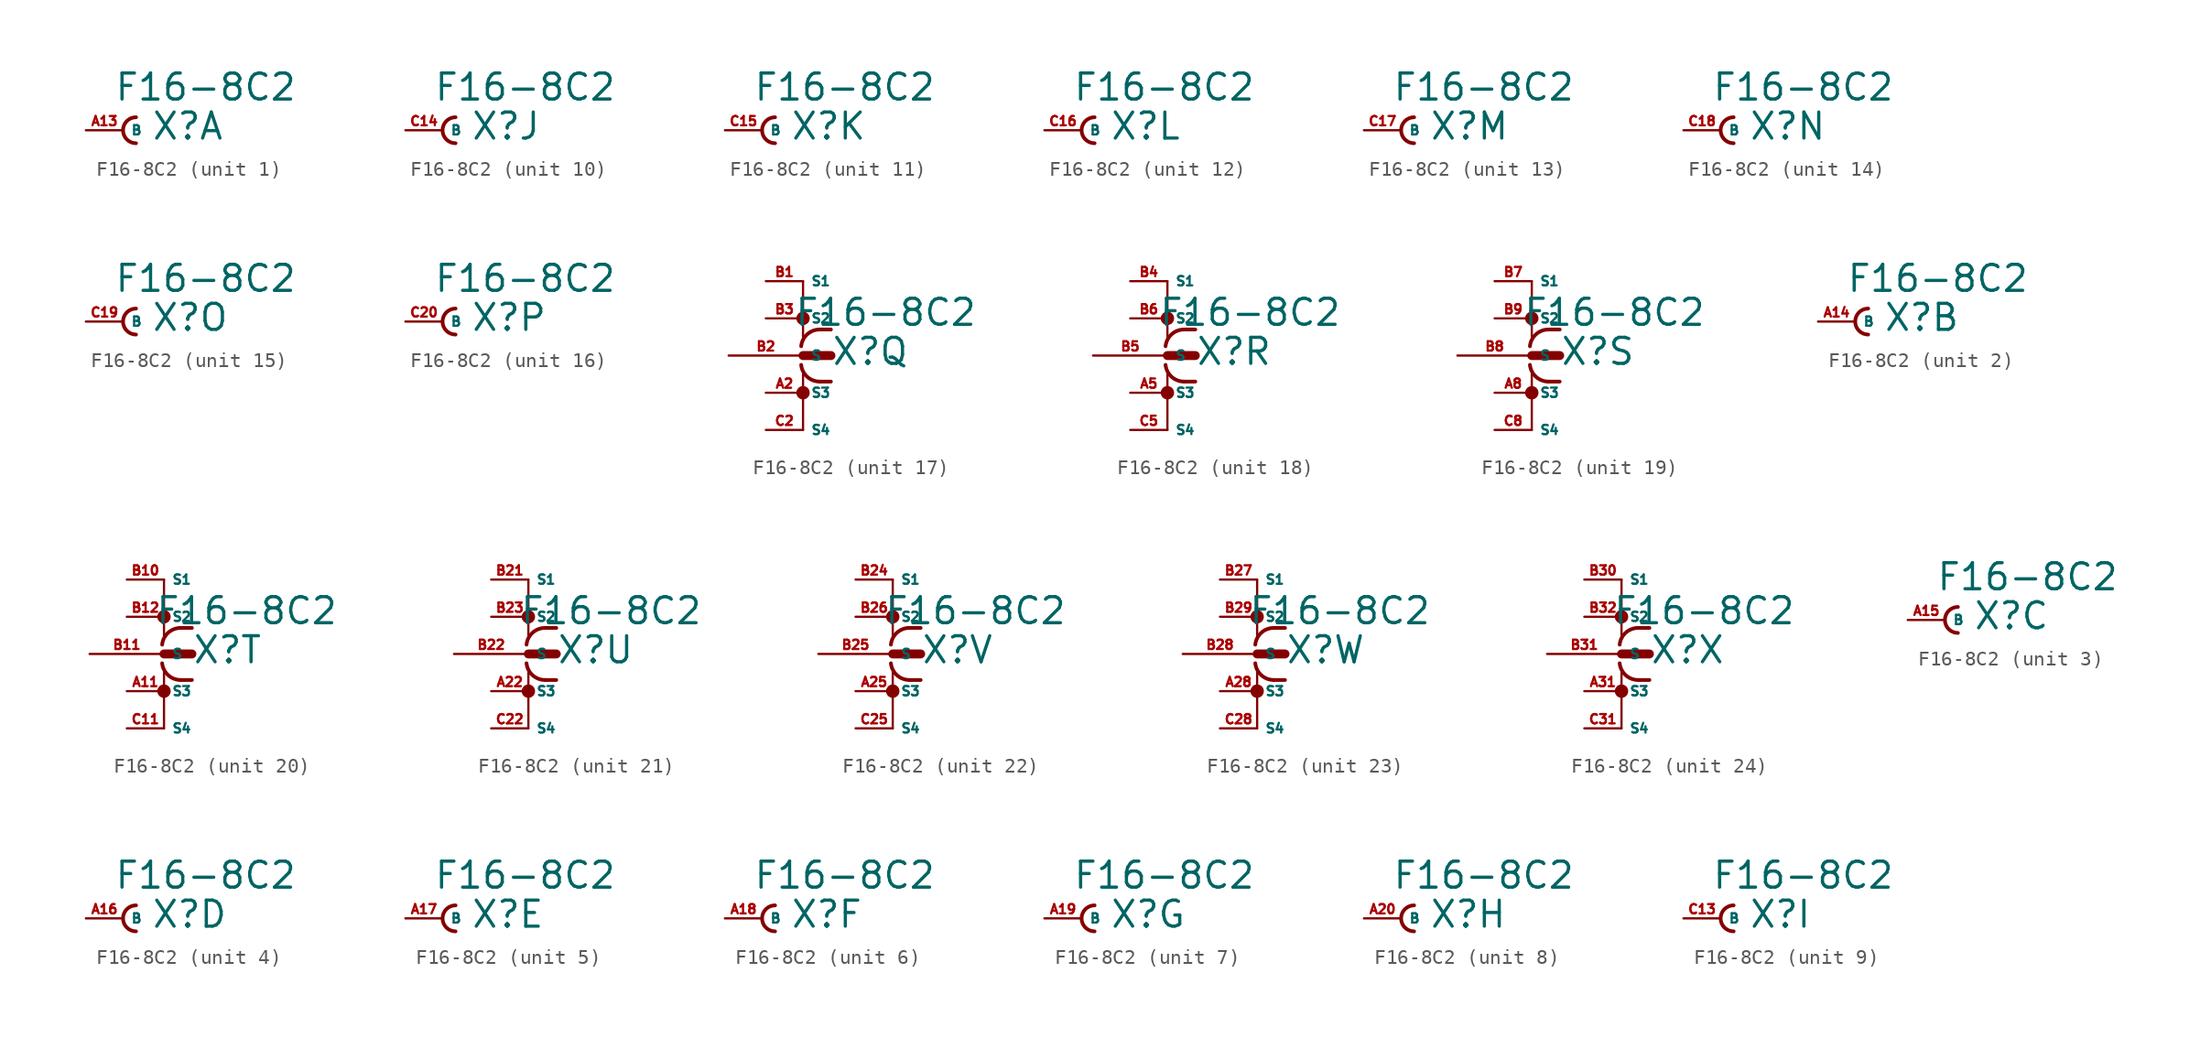
<source format=kicad_sym>
(kicad_symbol_lib
  (version 20220914)
  (generator Eagle2Kicad)
  (symbol "F16-8C2"
    (property "Reference" "X"
      (at 1.905 -0.762 0)
      (effects (font (size 1.778 1.778) (thickness 0.22)) (justify left bottom)))
    (property "Value" "F16-8C2"
      (at -0.635 1.905 0)
      (effects (font (size 1.778 1.778) (thickness 0.22)) (justify left bottom)))
    (symbol "F16-8C2_1_0"
      (arc (start 0.889 0.889) (mid 0.000 0.000) (end 0.889 -0.889) (stroke (width 0.254) (type default)) (fill (type none)))
      (pin passive line (at -2.54 0 0) (length 2.54) (name "B" (effects (font (size 0.635 0.635) (thickness 0.08)) (justify left bottom))) (number "A13" (effects (font (size 0.635 0.635) (thickness 0.08)) (justify left bottom)))))
    (symbol "F16-8C2_2_0"
      (arc (start 0.889 0.889) (mid 0.000 0.000) (end 0.889 -0.889) (stroke (width 0.254) (type default)) (fill (type none)))
      (pin passive line (at -2.54 0 0) (length 2.54) (name "B" (effects (font (size 0.635 0.635) (thickness 0.08)) (justify left bottom))) (number "A14" (effects (font (size 0.635 0.635) (thickness 0.08)) (justify left bottom)))))
    (symbol "F16-8C2_3_0"
      (arc (start 0.889 0.889) (mid 0.000 0.000) (end 0.889 -0.889) (stroke (width 0.254) (type default)) (fill (type none)))
      (pin passive line (at -2.54 0 0) (length 2.54) (name "B" (effects (font (size 0.635 0.635) (thickness 0.08)) (justify left bottom))) (number "A15" (effects (font (size 0.635 0.635) (thickness 0.08)) (justify left bottom)))))
    (symbol "F16-8C2_4_0"
      (arc (start 0.889 0.889) (mid 0.000 0.000) (end 0.889 -0.889) (stroke (width 0.254) (type default)) (fill (type none)))
      (pin passive line (at -2.54 0 0) (length 2.54) (name "B" (effects (font (size 0.635 0.635) (thickness 0.08)) (justify left bottom))) (number "A16" (effects (font (size 0.635 0.635) (thickness 0.08)) (justify left bottom)))))
    (symbol "F16-8C2_5_0"
      (arc (start 0.889 0.889) (mid 0.000 0.000) (end 0.889 -0.889) (stroke (width 0.254) (type default)) (fill (type none)))
      (pin passive line (at -2.54 0 0) (length 2.54) (name "B" (effects (font (size 0.635 0.635) (thickness 0.08)) (justify left bottom))) (number "A17" (effects (font (size 0.635 0.635) (thickness 0.08)) (justify left bottom)))))
    (symbol "F16-8C2_6_0"
      (arc (start 0.889 0.889) (mid 0.000 0.000) (end 0.889 -0.889) (stroke (width 0.254) (type default)) (fill (type none)))
      (pin passive line (at -2.54 0 0) (length 2.54) (name "B" (effects (font (size 0.635 0.635) (thickness 0.08)) (justify left bottom))) (number "A18" (effects (font (size 0.635 0.635) (thickness 0.08)) (justify left bottom)))))
    (symbol "F16-8C2_7_0"
      (arc (start 0.889 0.889) (mid 0.000 0.000) (end 0.889 -0.889) (stroke (width 0.254) (type default)) (fill (type none)))
      (pin passive line (at -2.54 0 0) (length 2.54) (name "B" (effects (font (size 0.635 0.635) (thickness 0.08)) (justify left bottom))) (number "A19" (effects (font (size 0.635 0.635) (thickness 0.08)) (justify left bottom)))))
    (symbol "F16-8C2_8_0"
      (arc (start 0.889 0.889) (mid 0.000 0.000) (end 0.889 -0.889) (stroke (width 0.254) (type default)) (fill (type none)))
      (pin passive line (at -2.54 0 0) (length 2.54) (name "B" (effects (font (size 0.635 0.635) (thickness 0.08)) (justify left bottom))) (number "A20" (effects (font (size 0.635 0.635) (thickness 0.08)) (justify left bottom)))))
    (symbol "F16-8C2_9_0"
      (arc (start 0.889 0.889) (mid 0.000 0.000) (end 0.889 -0.889) (stroke (width 0.254) (type default)) (fill (type none)))
      (pin passive line (at -2.54 0 0) (length 2.54) (name "B" (effects (font (size 0.635 0.635) (thickness 0.08)) (justify left bottom))) (number "C13" (effects (font (size 0.635 0.635) (thickness 0.08)) (justify left bottom)))))
    (symbol "F16-8C2_10_0"
      (arc (start 0.889 0.889) (mid 0.000 0.000) (end 0.889 -0.889) (stroke (width 0.254) (type default)) (fill (type none)))
      (pin passive line (at -2.54 0 0) (length 2.54) (name "B" (effects (font (size 0.635 0.635) (thickness 0.08)) (justify left bottom))) (number "C14" (effects (font (size 0.635 0.635) (thickness 0.08)) (justify left bottom)))))
    (symbol "F16-8C2_11_0"
      (arc (start 0.889 0.889) (mid 0.000 0.000) (end 0.889 -0.889) (stroke (width 0.254) (type default)) (fill (type none)))
      (pin passive line (at -2.54 0 0) (length 2.54) (name "B" (effects (font (size 0.635 0.635) (thickness 0.08)) (justify left bottom))) (number "C15" (effects (font (size 0.635 0.635) (thickness 0.08)) (justify left bottom)))))
    (symbol "F16-8C2_12_0"
      (arc (start 0.889 0.889) (mid 0.000 0.000) (end 0.889 -0.889) (stroke (width 0.254) (type default)) (fill (type none)))
      (pin passive line (at -2.54 0 0) (length 2.54) (name "B" (effects (font (size 0.635 0.635) (thickness 0.08)) (justify left bottom))) (number "C16" (effects (font (size 0.635 0.635) (thickness 0.08)) (justify left bottom)))))
    (symbol "F16-8C2_13_0"
      (arc (start 0.889 0.889) (mid 0.000 0.000) (end 0.889 -0.889) (stroke (width 0.254) (type default)) (fill (type none)))
      (pin passive line (at -2.54 0 0) (length 2.54) (name "B" (effects (font (size 0.635 0.635) (thickness 0.08)) (justify left bottom))) (number "C17" (effects (font (size 0.635 0.635) (thickness 0.08)) (justify left bottom)))))
    (symbol "F16-8C2_14_0"
      (arc (start 0.889 0.889) (mid 0.000 0.000) (end 0.889 -0.889) (stroke (width 0.254) (type default)) (fill (type none)))
      (pin passive line (at -2.54 0 0) (length 2.54) (name "B" (effects (font (size 0.635 0.635) (thickness 0.08)) (justify left bottom))) (number "C18" (effects (font (size 0.635 0.635) (thickness 0.08)) (justify left bottom)))))
    (symbol "F16-8C2_15_0"
      (arc (start 0.889 0.889) (mid 0.000 0.000) (end 0.889 -0.889) (stroke (width 0.254) (type default)) (fill (type none)))
      (pin passive line (at -2.54 0 0) (length 2.54) (name "B" (effects (font (size 0.635 0.635) (thickness 0.08)) (justify left bottom))) (number "C19" (effects (font (size 0.635 0.635) (thickness 0.08)) (justify left bottom)))))
    (symbol "F16-8C2_16_0"
      (arc (start 0.889 0.889) (mid 0.000 0.000) (end 0.889 -0.889) (stroke (width 0.254) (type default)) (fill (type none)))
      (pin passive line (at -2.54 0 0) (length 2.54) (name "B" (effects (font (size 0.635 0.635) (thickness 0.08)) (justify left bottom))) (number "C20" (effects (font (size 0.635 0.635) (thickness 0.08)) (justify left bottom)))))
    (symbol "F16-8C2_17_0"
      (polyline (pts (xy 0 0) (xy 1.905 0)) (stroke (width 0.61) (type default)) (fill (type none)))
      (polyline (pts (xy 0 5.08) (xy 0 1.27)) (stroke (width 0.152) (type default)) (fill (type none)))
      (polyline (pts (xy 0 -5.08) (xy 0 -1.27)) (stroke (width 0.152) (type default)) (fill (type none)))
      (polyline (pts (xy 1.905 1.778) (xy 1.143 1.778)) (stroke (width 0.254) (type default)) (fill (type none)))
      (polyline (pts (xy 1.905 -1.778) (xy 1.143 -1.778)) (stroke (width 0.254) (type default)) (fill (type none)))
      (arc (start 1.143 1.778) (mid 0.287 1.452) (end -0.127 0.635) (stroke (width 0.254) (type default)) (fill (type none)))
      (arc (start -0.127 -0.635) (mid 0.287 -1.452) (end 1.143 -1.778) (stroke (width 0.254) (type default)) (fill (type none)))
      (circle (center 0 2.54) (radius 0.254) (stroke (width 0.406) (type default)) (fill (type none)))
      (circle (center 0 -2.54) (radius 0.254) (stroke (width 0.406) (type default)) (fill (type none)))
      (pin passive line (at -5.08 0 0) (length 5.08) (name "S" (effects (font (size 0.635 0.635) (thickness 0.08)) (justify left bottom))) (number "B2" (effects (font (size 0.635 0.635) (thickness 0.08)) (justify left bottom))))
      (pin passive line (at -2.54 5.08 0) (length 2.54) (name "S1" (effects (font (size 0.635 0.635) (thickness 0.08)) (justify left bottom))) (number "B1" (effects (font (size 0.635 0.635) (thickness 0.08)) (justify left bottom))))
      (pin passive line (at -2.54 2.54 0) (length 2.54) (name "S2" (effects (font (size 0.635 0.635) (thickness 0.08)) (justify left bottom))) (number "B3" (effects (font (size 0.635 0.635) (thickness 0.08)) (justify left bottom))))
      (pin passive line (at -2.54 -2.54 0) (length 2.54) (name "S3" (effects (font (size 0.635 0.635) (thickness 0.08)) (justify left bottom))) (number "A2" (effects (font (size 0.635 0.635) (thickness 0.08)) (justify left bottom))))
      (pin passive line (at -2.54 -5.08 0) (length 2.54) (name "S4" (effects (font (size 0.635 0.635) (thickness 0.08)) (justify left bottom))) (number "C2" (effects (font (size 0.635 0.635) (thickness 0.08)) (justify left bottom)))))
    (symbol "F16-8C2_18_0"
      (polyline (pts (xy 0 0) (xy 1.905 0)) (stroke (width 0.61) (type default)) (fill (type none)))
      (polyline (pts (xy 0 5.08) (xy 0 1.27)) (stroke (width 0.152) (type default)) (fill (type none)))
      (polyline (pts (xy 0 -5.08) (xy 0 -1.27)) (stroke (width 0.152) (type default)) (fill (type none)))
      (polyline (pts (xy 1.905 1.778) (xy 1.143 1.778)) (stroke (width 0.254) (type default)) (fill (type none)))
      (polyline (pts (xy 1.905 -1.778) (xy 1.143 -1.778)) (stroke (width 0.254) (type default)) (fill (type none)))
      (arc (start 1.143 1.778) (mid 0.287 1.452) (end -0.127 0.635) (stroke (width 0.254) (type default)) (fill (type none)))
      (arc (start -0.127 -0.635) (mid 0.287 -1.452) (end 1.143 -1.778) (stroke (width 0.254) (type default)) (fill (type none)))
      (circle (center 0 2.54) (radius 0.254) (stroke (width 0.406) (type default)) (fill (type none)))
      (circle (center 0 -2.54) (radius 0.254) (stroke (width 0.406) (type default)) (fill (type none)))
      (pin passive line (at -5.08 0 0) (length 5.08) (name "S" (effects (font (size 0.635 0.635) (thickness 0.08)) (justify left bottom))) (number "B5" (effects (font (size 0.635 0.635) (thickness 0.08)) (justify left bottom))))
      (pin passive line (at -2.54 5.08 0) (length 2.54) (name "S1" (effects (font (size 0.635 0.635) (thickness 0.08)) (justify left bottom))) (number "B4" (effects (font (size 0.635 0.635) (thickness 0.08)) (justify left bottom))))
      (pin passive line (at -2.54 2.54 0) (length 2.54) (name "S2" (effects (font (size 0.635 0.635) (thickness 0.08)) (justify left bottom))) (number "B6" (effects (font (size 0.635 0.635) (thickness 0.08)) (justify left bottom))))
      (pin passive line (at -2.54 -2.54 0) (length 2.54) (name "S3" (effects (font (size 0.635 0.635) (thickness 0.08)) (justify left bottom))) (number "A5" (effects (font (size 0.635 0.635) (thickness 0.08)) (justify left bottom))))
      (pin passive line (at -2.54 -5.08 0) (length 2.54) (name "S4" (effects (font (size 0.635 0.635) (thickness 0.08)) (justify left bottom))) (number "C5" (effects (font (size 0.635 0.635) (thickness 0.08)) (justify left bottom)))))
    (symbol "F16-8C2_19_0"
      (polyline (pts (xy 0 0) (xy 1.905 0)) (stroke (width 0.61) (type default)) (fill (type none)))
      (polyline (pts (xy 0 5.08) (xy 0 1.27)) (stroke (width 0.152) (type default)) (fill (type none)))
      (polyline (pts (xy 0 -5.08) (xy 0 -1.27)) (stroke (width 0.152) (type default)) (fill (type none)))
      (polyline (pts (xy 1.905 1.778) (xy 1.143 1.778)) (stroke (width 0.254) (type default)) (fill (type none)))
      (polyline (pts (xy 1.905 -1.778) (xy 1.143 -1.778)) (stroke (width 0.254) (type default)) (fill (type none)))
      (arc (start 1.143 1.778) (mid 0.287 1.452) (end -0.127 0.635) (stroke (width 0.254) (type default)) (fill (type none)))
      (arc (start -0.127 -0.635) (mid 0.287 -1.452) (end 1.143 -1.778) (stroke (width 0.254) (type default)) (fill (type none)))
      (circle (center 0 2.54) (radius 0.254) (stroke (width 0.406) (type default)) (fill (type none)))
      (circle (center 0 -2.54) (radius 0.254) (stroke (width 0.406) (type default)) (fill (type none)))
      (pin passive line (at -5.08 0 0) (length 5.08) (name "S" (effects (font (size 0.635 0.635) (thickness 0.08)) (justify left bottom))) (number "B8" (effects (font (size 0.635 0.635) (thickness 0.08)) (justify left bottom))))
      (pin passive line (at -2.54 5.08 0) (length 2.54) (name "S1" (effects (font (size 0.635 0.635) (thickness 0.08)) (justify left bottom))) (number "B7" (effects (font (size 0.635 0.635) (thickness 0.08)) (justify left bottom))))
      (pin passive line (at -2.54 2.54 0) (length 2.54) (name "S2" (effects (font (size 0.635 0.635) (thickness 0.08)) (justify left bottom))) (number "B9" (effects (font (size 0.635 0.635) (thickness 0.08)) (justify left bottom))))
      (pin passive line (at -2.54 -2.54 0) (length 2.54) (name "S3" (effects (font (size 0.635 0.635) (thickness 0.08)) (justify left bottom))) (number "A8" (effects (font (size 0.635 0.635) (thickness 0.08)) (justify left bottom))))
      (pin passive line (at -2.54 -5.08 0) (length 2.54) (name "S4" (effects (font (size 0.635 0.635) (thickness 0.08)) (justify left bottom))) (number "C8" (effects (font (size 0.635 0.635) (thickness 0.08)) (justify left bottom)))))
    (symbol "F16-8C2_20_0"
      (polyline (pts (xy 0 0) (xy 1.905 0)) (stroke (width 0.61) (type default)) (fill (type none)))
      (polyline (pts (xy 0 5.08) (xy 0 1.27)) (stroke (width 0.152) (type default)) (fill (type none)))
      (polyline (pts (xy 0 -5.08) (xy 0 -1.27)) (stroke (width 0.152) (type default)) (fill (type none)))
      (polyline (pts (xy 1.905 1.778) (xy 1.143 1.778)) (stroke (width 0.254) (type default)) (fill (type none)))
      (polyline (pts (xy 1.905 -1.778) (xy 1.143 -1.778)) (stroke (width 0.254) (type default)) (fill (type none)))
      (arc (start 1.143 1.778) (mid 0.287 1.452) (end -0.127 0.635) (stroke (width 0.254) (type default)) (fill (type none)))
      (arc (start -0.127 -0.635) (mid 0.287 -1.452) (end 1.143 -1.778) (stroke (width 0.254) (type default)) (fill (type none)))
      (circle (center 0 2.54) (radius 0.254) (stroke (width 0.406) (type default)) (fill (type none)))
      (circle (center 0 -2.54) (radius 0.254) (stroke (width 0.406) (type default)) (fill (type none)))
      (pin passive line (at -5.08 0 0) (length 5.08) (name "S" (effects (font (size 0.635 0.635) (thickness 0.08)) (justify left bottom))) (number "B11" (effects (font (size 0.635 0.635) (thickness 0.08)) (justify left bottom))))
      (pin passive line (at -2.54 5.08 0) (length 2.54) (name "S1" (effects (font (size 0.635 0.635) (thickness 0.08)) (justify left bottom))) (number "B10" (effects (font (size 0.635 0.635) (thickness 0.08)) (justify left bottom))))
      (pin passive line (at -2.54 2.54 0) (length 2.54) (name "S2" (effects (font (size 0.635 0.635) (thickness 0.08)) (justify left bottom))) (number "B12" (effects (font (size 0.635 0.635) (thickness 0.08)) (justify left bottom))))
      (pin passive line (at -2.54 -2.54 0) (length 2.54) (name "S3" (effects (font (size 0.635 0.635) (thickness 0.08)) (justify left bottom))) (number "A11" (effects (font (size 0.635 0.635) (thickness 0.08)) (justify left bottom))))
      (pin passive line (at -2.54 -5.08 0) (length 2.54) (name "S4" (effects (font (size 0.635 0.635) (thickness 0.08)) (justify left bottom))) (number "C11" (effects (font (size 0.635 0.635) (thickness 0.08)) (justify left bottom)))))
    (symbol "F16-8C2_21_0"
      (polyline (pts (xy 0 0) (xy 1.905 0)) (stroke (width 0.61) (type default)) (fill (type none)))
      (polyline (pts (xy 0 5.08) (xy 0 1.27)) (stroke (width 0.152) (type default)) (fill (type none)))
      (polyline (pts (xy 0 -5.08) (xy 0 -1.27)) (stroke (width 0.152) (type default)) (fill (type none)))
      (polyline (pts (xy 1.905 1.778) (xy 1.143 1.778)) (stroke (width 0.254) (type default)) (fill (type none)))
      (polyline (pts (xy 1.905 -1.778) (xy 1.143 -1.778)) (stroke (width 0.254) (type default)) (fill (type none)))
      (arc (start 1.143 1.778) (mid 0.287 1.452) (end -0.127 0.635) (stroke (width 0.254) (type default)) (fill (type none)))
      (arc (start -0.127 -0.635) (mid 0.287 -1.452) (end 1.143 -1.778) (stroke (width 0.254) (type default)) (fill (type none)))
      (circle (center 0 2.54) (radius 0.254) (stroke (width 0.406) (type default)) (fill (type none)))
      (circle (center 0 -2.54) (radius 0.254) (stroke (width 0.406) (type default)) (fill (type none)))
      (pin passive line (at -5.08 0 0) (length 5.08) (name "S" (effects (font (size 0.635 0.635) (thickness 0.08)) (justify left bottom))) (number "B22" (effects (font (size 0.635 0.635) (thickness 0.08)) (justify left bottom))))
      (pin passive line (at -2.54 5.08 0) (length 2.54) (name "S1" (effects (font (size 0.635 0.635) (thickness 0.08)) (justify left bottom))) (number "B21" (effects (font (size 0.635 0.635) (thickness 0.08)) (justify left bottom))))
      (pin passive line (at -2.54 2.54 0) (length 2.54) (name "S2" (effects (font (size 0.635 0.635) (thickness 0.08)) (justify left bottom))) (number "B23" (effects (font (size 0.635 0.635) (thickness 0.08)) (justify left bottom))))
      (pin passive line (at -2.54 -2.54 0) (length 2.54) (name "S3" (effects (font (size 0.635 0.635) (thickness 0.08)) (justify left bottom))) (number "A22" (effects (font (size 0.635 0.635) (thickness 0.08)) (justify left bottom))))
      (pin passive line (at -2.54 -5.08 0) (length 2.54) (name "S4" (effects (font (size 0.635 0.635) (thickness 0.08)) (justify left bottom))) (number "C22" (effects (font (size 0.635 0.635) (thickness 0.08)) (justify left bottom)))))
    (symbol "F16-8C2_22_0"
      (polyline (pts (xy 0 0) (xy 1.905 0)) (stroke (width 0.61) (type default)) (fill (type none)))
      (polyline (pts (xy 0 5.08) (xy 0 1.27)) (stroke (width 0.152) (type default)) (fill (type none)))
      (polyline (pts (xy 0 -5.08) (xy 0 -1.27)) (stroke (width 0.152) (type default)) (fill (type none)))
      (polyline (pts (xy 1.905 1.778) (xy 1.143 1.778)) (stroke (width 0.254) (type default)) (fill (type none)))
      (polyline (pts (xy 1.905 -1.778) (xy 1.143 -1.778)) (stroke (width 0.254) (type default)) (fill (type none)))
      (arc (start 1.143 1.778) (mid 0.287 1.452) (end -0.127 0.635) (stroke (width 0.254) (type default)) (fill (type none)))
      (arc (start -0.127 -0.635) (mid 0.287 -1.452) (end 1.143 -1.778) (stroke (width 0.254) (type default)) (fill (type none)))
      (circle (center 0 2.54) (radius 0.254) (stroke (width 0.406) (type default)) (fill (type none)))
      (circle (center 0 -2.54) (radius 0.254) (stroke (width 0.406) (type default)) (fill (type none)))
      (pin passive line (at -5.08 0 0) (length 5.08) (name "S" (effects (font (size 0.635 0.635) (thickness 0.08)) (justify left bottom))) (number "B25" (effects (font (size 0.635 0.635) (thickness 0.08)) (justify left bottom))))
      (pin passive line (at -2.54 5.08 0) (length 2.54) (name "S1" (effects (font (size 0.635 0.635) (thickness 0.08)) (justify left bottom))) (number "B24" (effects (font (size 0.635 0.635) (thickness 0.08)) (justify left bottom))))
      (pin passive line (at -2.54 2.54 0) (length 2.54) (name "S2" (effects (font (size 0.635 0.635) (thickness 0.08)) (justify left bottom))) (number "B26" (effects (font (size 0.635 0.635) (thickness 0.08)) (justify left bottom))))
      (pin passive line (at -2.54 -2.54 0) (length 2.54) (name "S3" (effects (font (size 0.635 0.635) (thickness 0.08)) (justify left bottom))) (number "A25" (effects (font (size 0.635 0.635) (thickness 0.08)) (justify left bottom))))
      (pin passive line (at -2.54 -5.08 0) (length 2.54) (name "S4" (effects (font (size 0.635 0.635) (thickness 0.08)) (justify left bottom))) (number "C25" (effects (font (size 0.635 0.635) (thickness 0.08)) (justify left bottom)))))
    (symbol "F16-8C2_23_0"
      (polyline (pts (xy 0 0) (xy 1.905 0)) (stroke (width 0.61) (type default)) (fill (type none)))
      (polyline (pts (xy 0 5.08) (xy 0 1.27)) (stroke (width 0.152) (type default)) (fill (type none)))
      (polyline (pts (xy 0 -5.08) (xy 0 -1.27)) (stroke (width 0.152) (type default)) (fill (type none)))
      (polyline (pts (xy 1.905 1.778) (xy 1.143 1.778)) (stroke (width 0.254) (type default)) (fill (type none)))
      (polyline (pts (xy 1.905 -1.778) (xy 1.143 -1.778)) (stroke (width 0.254) (type default)) (fill (type none)))
      (arc (start 1.143 1.778) (mid 0.287 1.452) (end -0.127 0.635) (stroke (width 0.254) (type default)) (fill (type none)))
      (arc (start -0.127 -0.635) (mid 0.287 -1.452) (end 1.143 -1.778) (stroke (width 0.254) (type default)) (fill (type none)))
      (circle (center 0 2.54) (radius 0.254) (stroke (width 0.406) (type default)) (fill (type none)))
      (circle (center 0 -2.54) (radius 0.254) (stroke (width 0.406) (type default)) (fill (type none)))
      (pin passive line (at -5.08 0 0) (length 5.08) (name "S" (effects (font (size 0.635 0.635) (thickness 0.08)) (justify left bottom))) (number "B28" (effects (font (size 0.635 0.635) (thickness 0.08)) (justify left bottom))))
      (pin passive line (at -2.54 5.08 0) (length 2.54) (name "S1" (effects (font (size 0.635 0.635) (thickness 0.08)) (justify left bottom))) (number "B27" (effects (font (size 0.635 0.635) (thickness 0.08)) (justify left bottom))))
      (pin passive line (at -2.54 2.54 0) (length 2.54) (name "S2" (effects (font (size 0.635 0.635) (thickness 0.08)) (justify left bottom))) (number "B29" (effects (font (size 0.635 0.635) (thickness 0.08)) (justify left bottom))))
      (pin passive line (at -2.54 -2.54 0) (length 2.54) (name "S3" (effects (font (size 0.635 0.635) (thickness 0.08)) (justify left bottom))) (number "A28" (effects (font (size 0.635 0.635) (thickness 0.08)) (justify left bottom))))
      (pin passive line (at -2.54 -5.08 0) (length 2.54) (name "S4" (effects (font (size 0.635 0.635) (thickness 0.08)) (justify left bottom))) (number "C28" (effects (font (size 0.635 0.635) (thickness 0.08)) (justify left bottom)))))
    (symbol "F16-8C2_24_0"
      (polyline (pts (xy 0 0) (xy 1.905 0)) (stroke (width 0.61) (type default)) (fill (type none)))
      (polyline (pts (xy 0 5.08) (xy 0 1.27)) (stroke (width 0.152) (type default)) (fill (type none)))
      (polyline (pts (xy 0 -5.08) (xy 0 -1.27)) (stroke (width 0.152) (type default)) (fill (type none)))
      (polyline (pts (xy 1.905 1.778) (xy 1.143 1.778)) (stroke (width 0.254) (type default)) (fill (type none)))
      (polyline (pts (xy 1.905 -1.778) (xy 1.143 -1.778)) (stroke (width 0.254) (type default)) (fill (type none)))
      (arc (start 1.143 1.778) (mid 0.287 1.452) (end -0.127 0.635) (stroke (width 0.254) (type default)) (fill (type none)))
      (arc (start -0.127 -0.635) (mid 0.287 -1.452) (end 1.143 -1.778) (stroke (width 0.254) (type default)) (fill (type none)))
      (circle (center 0 2.54) (radius 0.254) (stroke (width 0.406) (type default)) (fill (type none)))
      (circle (center 0 -2.54) (radius 0.254) (stroke (width 0.406) (type default)) (fill (type none)))
      (pin passive line (at -5.08 0 0) (length 5.08) (name "S" (effects (font (size 0.635 0.635) (thickness 0.08)) (justify left bottom))) (number "B31" (effects (font (size 0.635 0.635) (thickness 0.08)) (justify left bottom))))
      (pin passive line (at -2.54 5.08 0) (length 2.54) (name "S1" (effects (font (size 0.635 0.635) (thickness 0.08)) (justify left bottom))) (number "B30" (effects (font (size 0.635 0.635) (thickness 0.08)) (justify left bottom))))
      (pin passive line (at -2.54 2.54 0) (length 2.54) (name "S2" (effects (font (size 0.635 0.635) (thickness 0.08)) (justify left bottom))) (number "B32" (effects (font (size 0.635 0.635) (thickness 0.08)) (justify left bottom))))
      (pin passive line (at -2.54 -2.54 0) (length 2.54) (name "S3" (effects (font (size 0.635 0.635) (thickness 0.08)) (justify left bottom))) (number "A31" (effects (font (size 0.635 0.635) (thickness 0.08)) (justify left bottom))))
      (pin passive line (at -2.54 -5.08 0) (length 2.54) (name "S4" (effects (font (size 0.635 0.635) (thickness 0.08)) (justify left bottom))) (number "C31" (effects (font (size 0.635 0.635) (thickness 0.08)) (justify left bottom)))))))
</source>
